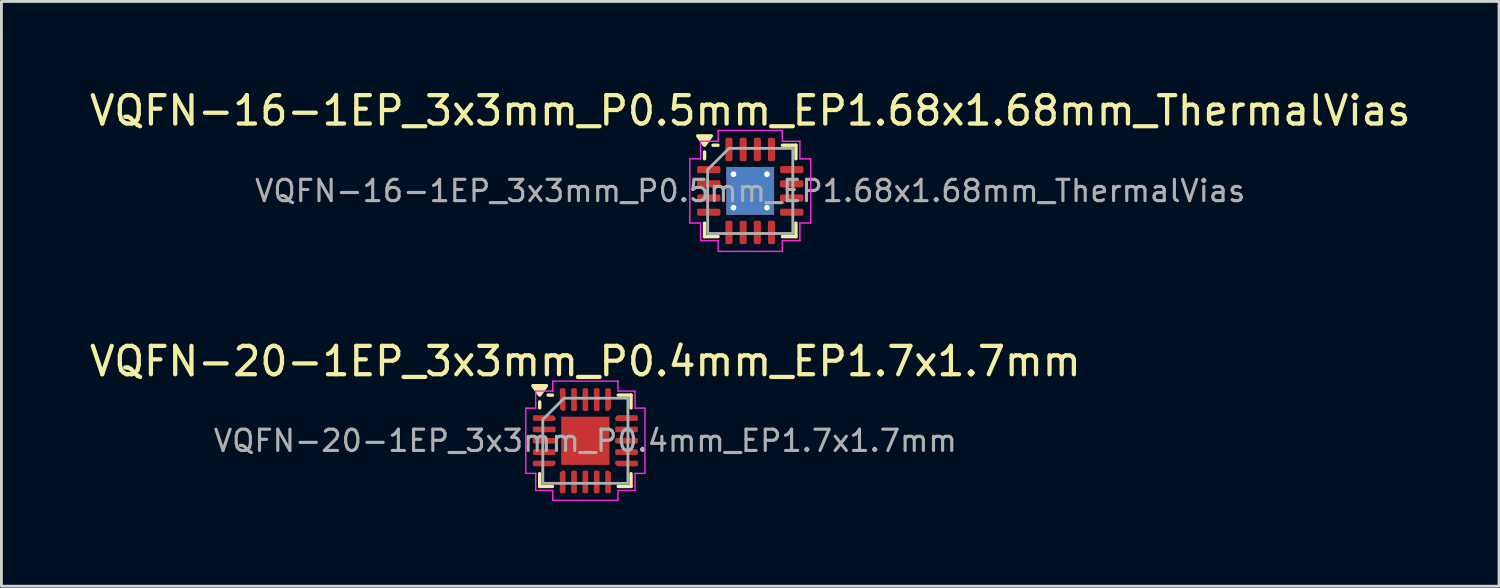
<source format=kicad_pcb>
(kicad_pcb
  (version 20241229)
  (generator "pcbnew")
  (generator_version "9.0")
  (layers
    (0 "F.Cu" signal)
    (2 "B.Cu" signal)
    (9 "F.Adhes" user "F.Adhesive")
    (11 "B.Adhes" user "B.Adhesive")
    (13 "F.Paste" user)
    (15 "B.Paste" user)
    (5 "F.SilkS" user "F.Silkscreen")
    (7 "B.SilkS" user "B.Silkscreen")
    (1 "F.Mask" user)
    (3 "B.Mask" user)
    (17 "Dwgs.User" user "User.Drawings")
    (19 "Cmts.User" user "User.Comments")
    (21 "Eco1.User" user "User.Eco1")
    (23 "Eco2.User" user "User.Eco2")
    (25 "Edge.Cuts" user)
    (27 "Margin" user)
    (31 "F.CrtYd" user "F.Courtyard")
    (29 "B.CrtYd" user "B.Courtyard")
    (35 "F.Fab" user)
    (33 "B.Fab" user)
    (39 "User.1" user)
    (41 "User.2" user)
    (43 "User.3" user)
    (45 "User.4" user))
  (footprint "VQFN-20-1EP_3x3mm_P0.4mm_EP1.7x1.7mm"
    (layer "F.Cu")
    (at 17.577 12.482)
    (property "Reference" "VQFN-20-1EP_3x3mm_P0.4mm_EP1.7x1.7mm" (at 0 -2.8 0) (layer "F.SilkS") (effects (font (size 1 1) (thickness 0.15))))
    (attr smd)
    (fp_line (start -1.61 -1.16) (end -1.61 -1.37) (stroke (width 0.12) (type solid)) (layer "F.SilkS"))
    (fp_line (start -1.61 1.61) (end -1.61 1.16) (stroke (width 0.12) (type solid)) (layer "F.SilkS"))
    (fp_line (start -1.16 -1.61) (end -1.31 -1.61) (stroke (width 0.12) (type solid)) (layer "F.SilkS"))
    (fp_line (start -1.16 1.61) (end -1.61 1.61) (stroke (width 0.12) (type solid)) (layer "F.SilkS"))
    (fp_line (start 1.16 -1.61) (end 1.61 -1.61) (stroke (width 0.12) (type solid)) (layer "F.SilkS"))
    (fp_line (start 1.16 1.61) (end 1.61 1.61) (stroke (width 0.12) (type solid)) (layer "F.SilkS"))
    (fp_line (start 1.61 -1.61) (end 1.61 -1.16) (stroke (width 0.12) (type solid)) (layer "F.SilkS"))
    (fp_line (start 1.61 1.61) (end 1.61 1.16) (stroke (width 0.12) (type solid)) (layer "F.SilkS"))
    (fp_poly (pts (xy -1.61 -1.61) (xy -1.85 -1.94) (xy -1.37 -1.94)) (stroke (width 0.12) (type solid)) (fill yes) (layer "F.SilkS"))
    (fp_line (start -2.1 -1.15) (end -1.75 -1.15) (stroke (width 0.05) (type solid)) (layer "F.CrtYd"))
    (fp_line (start -2.1 1.15) (end -2.1 -1.15) (stroke (width 0.05) (type solid)) (layer "F.CrtYd"))
    (fp_line (start -1.75 -1.75) (end -1.15 -1.75) (stroke (width 0.05) (type solid)) (layer "F.CrtYd"))
    (fp_line (start -1.75 -1.15) (end -1.75 -1.75) (stroke (width 0.05) (type solid)) (layer "F.CrtYd"))
    (fp_line (start -1.75 1.15) (end -2.1 1.15) (stroke (width 0.05) (type solid)) (layer "F.CrtYd"))
    (fp_line (start -1.75 1.75) (end -1.75 1.15) (stroke (width 0.05) (type solid)) (layer "F.CrtYd"))
    (fp_line (start -1.15 -2.1) (end 1.15 -2.1) (stroke (width 0.05) (type solid)) (layer "F.CrtYd"))
    (fp_line (start -1.15 -1.75) (end -1.15 -2.1) (stroke (width 0.05) (type solid)) (layer "F.CrtYd"))
    (fp_line (start -1.15 1.75) (end -1.75 1.75) (stroke (width 0.05) (type solid)) (layer "F.CrtYd"))
    (fp_line (start -1.15 2.1) (end -1.15 1.75) (stroke (width 0.05) (type solid)) (layer "F.CrtYd"))
    (fp_line (start 1.15 -2.1) (end 1.15 -1.75) (stroke (width 0.05) (type solid)) (layer "F.CrtYd"))
    (fp_line (start 1.15 -1.75) (end 1.75 -1.75) (stroke (width 0.05) (type solid)) (layer "F.CrtYd"))
    (fp_line (start 1.15 1.75) (end 1.15 2.1) (stroke (width 0.05) (type solid)) (layer "F.CrtYd"))
    (fp_line (start 1.15 2.1) (end -1.15 2.1) (stroke (width 0.05) (type solid)) (layer "F.CrtYd"))
    (fp_line (start 1.75 -1.75) (end 1.75 -1.15) (stroke (width 0.05) (type solid)) (layer "F.CrtYd"))
    (fp_line (start 1.75 -1.15) (end 2.1 -1.15) (stroke (width 0.05) (type solid)) (layer "F.CrtYd"))
    (fp_line (start 1.75 1.15) (end 1.75 1.75) (stroke (width 0.05) (type solid)) (layer "F.CrtYd"))
    (fp_line (start 1.75 1.75) (end 1.15 1.75) (stroke (width 0.05) (type solid)) (layer "F.CrtYd"))
    (fp_line (start 2.1 -1.15) (end 2.1 1.15) (stroke (width 0.05) (type solid)) (layer "F.CrtYd"))
    (fp_line (start 2.1 1.15) (end 1.75 1.15) (stroke (width 0.05) (type solid)) (layer "F.CrtYd"))
    (fp_poly (pts (xy -1.5 -0.75) (xy -1.5 1.5) (xy 1.5 1.5) (xy 1.5 -1.5) (xy -0.75 -1.5)) (stroke (width 0.1) (type solid)) (fill no) (layer "F.Fab"))
    (fp_text user "${REFERENCE}" (at 0 0 0) (layer "F.Fab") (effects (font (size 0.75 0.75) (thickness 0.11))))
    (pad "" smd roundrect (at -0.425 -0.425) (size 0.69 0.69) (layers "F.Paste") (roundrect_rratio 0.25))
    (pad "" smd roundrect (at -0.425 0.425) (size 0.69 0.69) (layers "F.Paste") (roundrect_rratio 0.25))
    (pad "" smd roundrect (at 0.425 -0.425) (size 0.69 0.69) (layers "F.Paste") (roundrect_rratio 0.25))
    (pad "" smd roundrect (at 0.425 0.425) (size 0.69 0.69) (layers "F.Paste") (roundrect_rratio 0.25))
    (pad "1" smd custom (at -1.45 -0.8) (size 0.143 0.143) (layers "F.Cu" "F.Mask" "F.Paste") (options (anchor circle)) (primitives (gr_poly (pts (xy -0.35 -0.05) (xy 0.299 -0.05) (xy 0.35 0.001) (xy 0.35 0.05) (xy -0.35 0.05)) (width 0.1) (fill yes))))
    (pad "2" smd roundrect (at -1.45 -0.4) (size 0.8 0.2) (layers "F.Cu" "F.Mask" "F.Paste") (roundrect_rratio 0.25))
    (pad "3" smd roundrect (at -1.45 0) (size 0.8 0.2) (layers "F.Cu" "F.Mask" "F.Paste") (roundrect_rratio 0.25))
    (pad "4" smd roundrect (at -1.45 0.4) (size 0.8 0.2) (layers "F.Cu" "F.Mask" "F.Paste") (roundrect_rratio 0.25))
    (pad "5" smd custom (at -1.45 0.8) (size 0.143 0.143) (layers "F.Cu" "F.Mask" "F.Paste") (options (anchor circle)) (primitives (gr_poly (pts (xy -0.35 -0.05) (xy 0.35 -0.05) (xy 0.35 -0.001) (xy 0.299 0.05) (xy -0.35 0.05)) (width 0.1) (fill yes))))
    (pad "6" smd custom (at -0.8 1.45) (size 0.143 0.143) (layers "F.Cu" "F.Mask" "F.Paste") (options (anchor circle)) (primitives (gr_poly (pts (xy -0.05 -0.299) (xy 0.001 -0.35) (xy 0.05 -0.35) (xy 0.05 0.35) (xy -0.05 0.35)) (width 0.1) (fill yes))))
    (pad "7" smd roundrect (at -0.4 1.45) (size 0.2 0.8) (layers "F.Cu" "F.Mask" "F.Paste") (roundrect_rratio 0.25))
    (pad "8" smd roundrect (at 0 1.45) (size 0.2 0.8) (layers "F.Cu" "F.Mask" "F.Paste") (roundrect_rratio 0.25))
    (pad "9" smd roundrect (at 0.4 1.45) (size 0.2 0.8) (layers "F.Cu" "F.Mask" "F.Paste") (roundrect_rratio 0.25))
    (pad "10" smd custom (at 0.8 1.45) (size 0.143 0.143) (layers "F.Cu" "F.Mask" "F.Paste") (options (anchor circle)) (primitives (gr_poly (pts (xy -0.05 -0.35) (xy -0.001 -0.35) (xy 0.05 -0.299) (xy 0.05 0.35) (xy -0.05 0.35)) (width 0.1) (fill yes))))
    (pad "11" smd custom (at 1.45 0.8) (size 0.143 0.143) (layers "F.Cu" "F.Mask" "F.Paste") (options (anchor circle)) (primitives (gr_poly (pts (xy -0.35 -0.05) (xy 0.35 -0.05) (xy 0.35 0.05) (xy -0.299 0.05) (xy -0.35 -0.001)) (width 0.1) (fill yes))))
    (pad "12" smd roundrect (at 1.45 0.4) (size 0.8 0.2) (layers "F.Cu" "F.Mask" "F.Paste") (roundrect_rratio 0.25))
    (pad "13" smd roundrect (at 1.45 0) (size 0.8 0.2) (layers "F.Cu" "F.Mask" "F.Paste") (roundrect_rratio 0.25))
    (pad "14" smd roundrect (at 1.45 -0.4) (size 0.8 0.2) (layers "F.Cu" "F.Mask" "F.Paste") (roundrect_rratio 0.25))
    (pad "15" smd custom (at 1.45 -0.8) (size 0.143 0.143) (layers "F.Cu" "F.Mask" "F.Paste") (options (anchor circle)) (primitives (gr_poly (pts (xy -0.35 0.001) (xy -0.299 -0.05) (xy 0.35 -0.05) (xy 0.35 0.05) (xy -0.35 0.05)) (width 0.1) (fill yes))))
    (pad "16" smd custom (at 0.8 -1.45) (size 0.143 0.143) (layers "F.Cu" "F.Mask" "F.Paste") (options (anchor circle)) (primitives (gr_poly (pts (xy -0.05 -0.35) (xy 0.05 -0.35) (xy 0.05 0.299) (xy -0.001 0.35) (xy -0.05 0.35)) (width 0.1) (fill yes))))
    (pad "17" smd roundrect (at 0.4 -1.45) (size 0.2 0.8) (layers "F.Cu" "F.Mask" "F.Paste") (roundrect_rratio 0.25))
    (pad "18" smd roundrect (at 0 -1.45) (size 0.2 0.8) (layers "F.Cu" "F.Mask" "F.Paste") (roundrect_rratio 0.25))
    (pad "19" smd roundrect (at -0.4 -1.45) (size 0.2 0.8) (layers "F.Cu" "F.Mask" "F.Paste") (roundrect_rratio 0.25))
    (pad "20" smd custom (at -0.8 -1.45) (size 0.143 0.143) (layers "F.Cu" "F.Mask" "F.Paste") (options (anchor circle)) (primitives (gr_poly (pts (xy -0.05 -0.35) (xy 0.05 -0.35) (xy 0.05 0.35) (xy 0.001 0.35) (xy -0.05 0.299)) (width 0.1) (fill yes))))
    (pad "21" smd rect (at 0 0) (size 1.7 1.7) (property pad_prop_heatsink) (layers "F.Cu" "F.Mask")))
  (footprint "VQFN-16-1EP_3x3mm_P0.5mm_EP1.68x1.68mm_ThermalVias"
    (layer "F.Cu")
    (at 23.387 3.678)
    (property "Reference" "VQFN-16-1EP_3x3mm_P0.5mm_EP1.68x1.68mm_ThermalVias" (at 0 -2.83 0) (layer "F.SilkS") (effects (font (size 1 1) (thickness 0.15))))
    (attr smd)
    (fp_line (start -1.61 -1.135) (end -1.61 -1.37) (stroke (width 0.12) (type solid)) (layer "F.SilkS"))
    (fp_line (start -1.61 1.61) (end -1.61 1.135) (stroke (width 0.12) (type solid)) (layer "F.SilkS"))
    (fp_line (start -1.135 -1.61) (end -1.31 -1.61) (stroke (width 0.12) (type solid)) (layer "F.SilkS"))
    (fp_line (start -1.135 1.61) (end -1.61 1.61) (stroke (width 0.12) (type solid)) (layer "F.SilkS"))
    (fp_line (start 1.135 -1.61) (end 1.61 -1.61) (stroke (width 0.12) (type solid)) (layer "F.SilkS"))
    (fp_line (start 1.135 1.61) (end 1.61 1.61) (stroke (width 0.12) (type solid)) (layer "F.SilkS"))
    (fp_line (start 1.61 -1.61) (end 1.61 -1.135) (stroke (width 0.12) (type solid)) (layer "F.SilkS"))
    (fp_line (start 1.61 1.61) (end 1.61 1.135) (stroke (width 0.12) (type solid)) (layer "F.SilkS"))
    (fp_poly (pts (xy -1.61 -1.61) (xy -1.85 -1.94) (xy -1.37 -1.94)) (stroke (width 0.12) (type solid)) (fill yes) (layer "F.SilkS"))
    (fp_line (start -2.13 -1.13) (end -1.75 -1.13) (stroke (width 0.05) (type solid)) (layer "F.CrtYd"))
    (fp_line (start -2.13 1.13) (end -2.13 -1.13) (stroke (width 0.05) (type solid)) (layer "F.CrtYd"))
    (fp_line (start -1.75 -1.75) (end -1.13 -1.75) (stroke (width 0.05) (type solid)) (layer "F.CrtYd"))
    (fp_line (start -1.75 -1.13) (end -1.75 -1.75) (stroke (width 0.05) (type solid)) (layer "F.CrtYd"))
    (fp_line (start -1.75 1.13) (end -2.13 1.13) (stroke (width 0.05) (type solid)) (layer "F.CrtYd"))
    (fp_line (start -1.75 1.75) (end -1.75 1.13) (stroke (width 0.05) (type solid)) (layer "F.CrtYd"))
    (fp_line (start -1.13 -2.13) (end 1.13 -2.13) (stroke (width 0.05) (type solid)) (layer "F.CrtYd"))
    (fp_line (start -1.13 -1.75) (end -1.13 -2.13) (stroke (width 0.05) (type solid)) (layer "F.CrtYd"))
    (fp_line (start -1.13 1.75) (end -1.75 1.75) (stroke (width 0.05) (type solid)) (layer "F.CrtYd"))
    (fp_line (start -1.13 2.13) (end -1.13 1.75) (stroke (width 0.05) (type solid)) (layer "F.CrtYd"))
    (fp_line (start 1.13 -2.13) (end 1.13 -1.75) (stroke (width 0.05) (type solid)) (layer "F.CrtYd"))
    (fp_line (start 1.13 -1.75) (end 1.75 -1.75) (stroke (width 0.05) (type solid)) (layer "F.CrtYd"))
    (fp_line (start 1.13 1.75) (end 1.13 2.13) (stroke (width 0.05) (type solid)) (layer "F.CrtYd"))
    (fp_line (start 1.13 2.13) (end -1.13 2.13) (stroke (width 0.05) (type solid)) (layer "F.CrtYd"))
    (fp_line (start 1.75 -1.75) (end 1.75 -1.13) (stroke (width 0.05) (type solid)) (layer "F.CrtYd"))
    (fp_line (start 1.75 -1.13) (end 2.13 -1.13) (stroke (width 0.05) (type solid)) (layer "F.CrtYd"))
    (fp_line (start 1.75 1.13) (end 1.75 1.75) (stroke (width 0.05) (type solid)) (layer "F.CrtYd"))
    (fp_line (start 1.75 1.75) (end 1.13 1.75) (stroke (width 0.05) (type solid)) (layer "F.CrtYd"))
    (fp_line (start 2.13 -1.13) (end 2.13 1.13) (stroke (width 0.05) (type solid)) (layer "F.CrtYd"))
    (fp_line (start 2.13 1.13) (end 1.75 1.13) (stroke (width 0.05) (type solid)) (layer "F.CrtYd"))
    (fp_poly (pts (xy -1.5 -0.75) (xy -1.5 1.5) (xy 1.5 1.5) (xy 1.5 -1.5) (xy -0.75 -1.5)) (stroke (width 0.1) (type solid)) (fill no) (layer "F.Fab"))
    (fp_text user "${REFERENCE}" (at 0 0 0) (layer "F.Fab") (effects (font (size 0.75 0.75) (thickness 0.11))))
    (pad "" smd roundrect (at -0.42 -0.42) (size 0.73 0.73) (layers "F.Paste") (roundrect_rratio 0.25))
    (pad "" smd roundrect (at -0.42 0.42) (size 0.73 0.73) (layers "F.Paste") (roundrect_rratio 0.25))
    (pad "" smd roundrect (at 0.42 -0.42) (size 0.73 0.73) (layers "F.Paste") (roundrect_rratio 0.25))
    (pad "" smd roundrect (at 0.42 0.42) (size 0.73 0.73) (layers "F.Paste") (roundrect_rratio 0.25))
    (pad "1" smd roundrect (at -1.462 -0.75) (size 0.825 0.25) (layers "F.Cu" "F.Mask" "F.Paste") (roundrect_rratio 0.25))
    (pad "2" smd roundrect (at -1.462 -0.25) (size 0.825 0.25) (layers "F.Cu" "F.Mask" "F.Paste") (roundrect_rratio 0.25))
    (pad "3" smd roundrect (at -1.462 0.25) (size 0.825 0.25) (layers "F.Cu" "F.Mask" "F.Paste") (roundrect_rratio 0.25))
    (pad "4" smd roundrect (at -1.462 0.75) (size 0.825 0.25) (layers "F.Cu" "F.Mask" "F.Paste") (roundrect_rratio 0.25))
    (pad "5" smd roundrect (at -0.75 1.462) (size 0.25 0.825) (layers "F.Cu" "F.Mask" "F.Paste") (roundrect_rratio 0.25))
    (pad "6" smd roundrect (at -0.25 1.462) (size 0.25 0.825) (layers "F.Cu" "F.Mask" "F.Paste") (roundrect_rratio 0.25))
    (pad "7" smd roundrect (at 0.25 1.462) (size 0.25 0.825) (layers "F.Cu" "F.Mask" "F.Paste") (roundrect_rratio 0.25))
    (pad "8" smd roundrect (at 0.75 1.462) (size 0.25 0.825) (layers "F.Cu" "F.Mask" "F.Paste") (roundrect_rratio 0.25))
    (pad "9" smd roundrect (at 1.462 0.75) (size 0.825 0.25) (layers "F.Cu" "F.Mask" "F.Paste") (roundrect_rratio 0.25))
    (pad "10" smd roundrect (at 1.462 0.25) (size 0.825 0.25) (layers "F.Cu" "F.Mask" "F.Paste") (roundrect_rratio 0.25))
    (pad "11" smd roundrect (at 1.462 -0.25) (size 0.825 0.25) (layers "F.Cu" "F.Mask" "F.Paste") (roundrect_rratio 0.25))
    (pad "12" smd roundrect (at 1.462 -0.75) (size 0.825 0.25) (layers "F.Cu" "F.Mask" "F.Paste") (roundrect_rratio 0.25))
    (pad "13" smd roundrect (at 0.75 -1.462) (size 0.25 0.825) (layers "F.Cu" "F.Mask" "F.Paste") (roundrect_rratio 0.25))
    (pad "14" smd roundrect (at 0.25 -1.462) (size 0.25 0.825) (layers "F.Cu" "F.Mask" "F.Paste") (roundrect_rratio 0.25))
    (pad "15" smd roundrect (at -0.25 -1.462) (size 0.25 0.825) (layers "F.Cu" "F.Mask" "F.Paste") (roundrect_rratio 0.25))
    (pad "16" smd roundrect (at -0.75 -1.462) (size 0.25 0.825) (layers "F.Cu" "F.Mask" "F.Paste") (roundrect_rratio 0.25))
    (pad "17" thru_hole circle (at -0.59 -0.59) (size 0.5 0.5) (drill 0.2) (property pad_prop_heatsink) (layers "*.Cu"))
    (pad "17" thru_hole circle (at -0.59 0.59) (size 0.5 0.5) (drill 0.2) (property pad_prop_heatsink) (layers "*.Cu"))
    (pad "17" smd rect (at 0 0) (size 1.68 1.68) (property pad_prop_heatsink) (layers "F.Cu" "F.Mask"))
    (pad "17" smd rect (at 0 0) (size 1.68 1.68) (property pad_prop_heatsink) (layers "B.Cu"))
    (pad "17" thru_hole circle (at 0.59 -0.59) (size 0.5 0.5) (drill 0.2) (property pad_prop_heatsink) (layers "*.Cu"))
    (pad "17" thru_hole circle (at 0.59 0.59) (size 0.5 0.5) (drill 0.2) (property pad_prop_heatsink) (layers "*.Cu")))
  (gr_rect
    (start -3 -3)
    (end 49.774 17.607)
    (stroke (width 0.1) (type default))
    (fill no)
    (layer "Edge.Cuts")))
</source>
